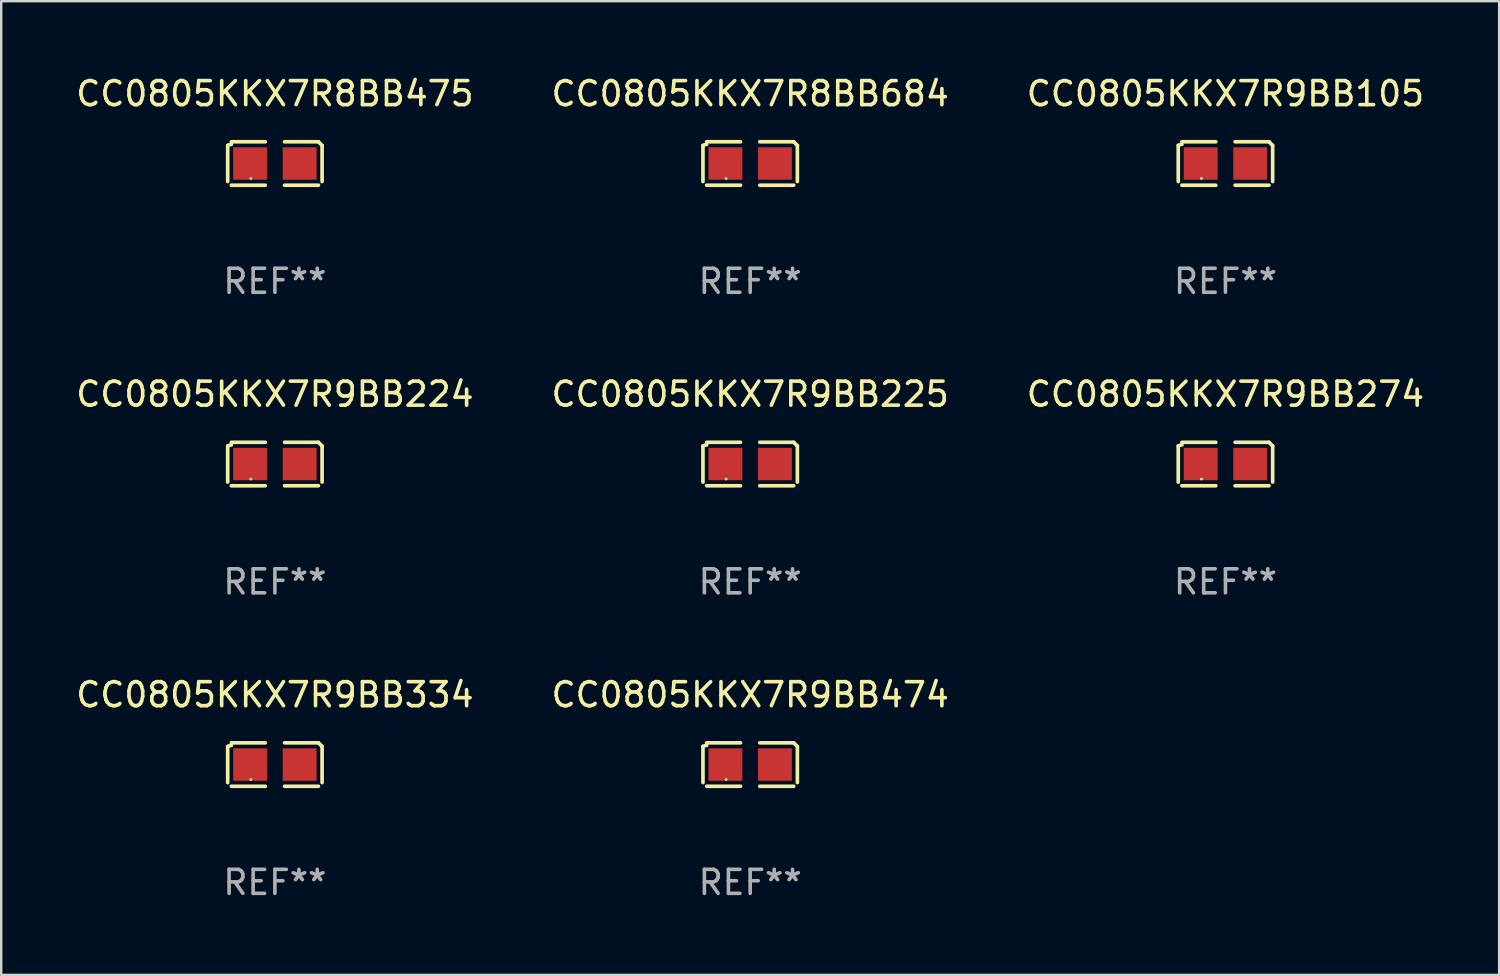
<source format=kicad_pcb>
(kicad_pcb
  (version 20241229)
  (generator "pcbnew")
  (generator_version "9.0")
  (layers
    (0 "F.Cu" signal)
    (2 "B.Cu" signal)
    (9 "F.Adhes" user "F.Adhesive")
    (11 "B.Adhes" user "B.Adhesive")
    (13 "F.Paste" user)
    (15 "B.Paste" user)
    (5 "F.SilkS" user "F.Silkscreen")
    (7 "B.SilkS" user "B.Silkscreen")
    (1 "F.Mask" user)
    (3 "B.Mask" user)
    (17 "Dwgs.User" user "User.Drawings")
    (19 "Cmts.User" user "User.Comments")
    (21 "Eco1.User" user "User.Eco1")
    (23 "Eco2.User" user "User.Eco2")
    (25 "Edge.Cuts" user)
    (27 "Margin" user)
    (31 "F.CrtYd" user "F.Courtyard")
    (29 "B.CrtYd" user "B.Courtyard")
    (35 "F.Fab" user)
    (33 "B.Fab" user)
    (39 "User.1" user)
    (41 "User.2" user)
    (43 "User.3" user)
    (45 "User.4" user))
  (footprint "CC0805KKX7R9BB105"
    (layer "F.Cu")
    (at 47.935 3.752)
    (property "Reference" "CC0805KKX7R9BB105" (at 0 -2.904 0) (layer "F.SilkS") (effects (font (size 1 1) (thickness 0.15))))
    (attr through_hole)
    (fp_line (start -1.964 0.751) (end -1.964 -0.751) (stroke (width 0.152) (type solid)) (layer "F.SilkS"))
    (fp_line (start -1.811 -0.904) (end -0.401 -0.904) (stroke (width 0.152) (type solid)) (layer "F.SilkS"))
    (fp_line (start -0.401 0.904) (end -1.811 0.904) (stroke (width 0.152) (type solid)) (layer "F.SilkS"))
    (fp_line (start 0.401 0.904) (end 1.811 0.904) (stroke (width 0.152) (type solid)) (layer "F.SilkS"))
    (fp_line (start 1.811 -0.904) (end 0.401 -0.904) (stroke (width 0.152) (type solid)) (layer "F.SilkS"))
    (fp_line (start 1.964 0.751) (end 1.964 -0.751) (stroke (width 0.152) (type solid)) (layer "F.SilkS"))
    (fp_arc (start -1.963602 -0.751207) (mid -1.890354 -0.783131) (end -1.811201 -0.794044) (stroke (width 0.1524) (type solid)) (layer "F.SilkS"))
    (fp_arc (start 1.811202 -0.903607) (mid 1.887413 -0.827418) (end 1.963602 -0.751207) (stroke (width 0.1524) (type solid)) (layer "F.SilkS"))
    (fp_circle (center -1 0.625) (end -0.97 0.625) (stroke (width 0.06) (type solid)) (fill no) (layer "F.SilkS"))
    (fp_text user "REF**" (at 0 4.904 0) (layer "F.Fab") (effects (font (size 1 1) (thickness 0.15))))
    (pad "1" smd rect (at -1.03 0) (size 1.41 1.35) (layers "F.Cu" "F.Mask" "F.Paste"))
    (pad "2" smd rect (at 1.03 0) (size 1.41 1.35) (layers "F.Cu" "F.Mask" "F.Paste")))
  (footprint "CC0805KKX7R9BB334"
    (layer "F.Cu")
    (at 8.387 28.759)
    (property "Reference" "CC0805KKX7R9BB334" (at 0 -2.904 0) (layer "F.SilkS") (effects (font (size 1 1) (thickness 0.15))))
    (attr through_hole)
    (fp_line (start -1.964 0.751) (end -1.964 -0.751) (stroke (width 0.152) (type solid)) (layer "F.SilkS"))
    (fp_line (start -1.811 -0.904) (end -0.401 -0.904) (stroke (width 0.152) (type solid)) (layer "F.SilkS"))
    (fp_line (start -0.401 0.904) (end -1.811 0.904) (stroke (width 0.152) (type solid)) (layer "F.SilkS"))
    (fp_line (start 0.401 0.904) (end 1.811 0.904) (stroke (width 0.152) (type solid)) (layer "F.SilkS"))
    (fp_line (start 1.811 -0.904) (end 0.401 -0.904) (stroke (width 0.152) (type solid)) (layer "F.SilkS"))
    (fp_line (start 1.964 0.751) (end 1.964 -0.751) (stroke (width 0.152) (type solid)) (layer "F.SilkS"))
    (fp_arc (start -1.963602 -0.751207) (mid -1.890354 -0.783131) (end -1.811201 -0.794044) (stroke (width 0.1524) (type solid)) (layer "F.SilkS"))
    (fp_arc (start 1.811202 -0.903607) (mid 1.887413 -0.827418) (end 1.963602 -0.751207) (stroke (width 0.1524) (type solid)) (layer "F.SilkS"))
    (fp_circle (center -1 0.625) (end -0.97 0.625) (stroke (width 0.06) (type solid)) (fill no) (layer "F.SilkS"))
    (fp_text user "REF**" (at 0 4.904 0) (layer "F.Fab") (effects (font (size 1 1) (thickness 0.15))))
    (pad "1" smd rect (at -1.03 0) (size 1.41 1.35) (layers "F.Cu" "F.Mask" "F.Paste"))
    (pad "2" smd rect (at 1.03 0) (size 1.41 1.35) (layers "F.Cu" "F.Mask" "F.Paste")))
  (footprint "CC0805KKX7R8BB684"
    (layer "F.Cu")
    (at 28.161 3.752)
    (property "Reference" "CC0805KKX7R8BB684" (at 0 -2.904 0) (layer "F.SilkS") (effects (font (size 1 1) (thickness 0.15))))
    (attr through_hole)
    (fp_line (start -1.964 0.751) (end -1.964 -0.751) (stroke (width 0.152) (type solid)) (layer "F.SilkS"))
    (fp_line (start -1.811 -0.904) (end -0.401 -0.904) (stroke (width 0.152) (type solid)) (layer "F.SilkS"))
    (fp_line (start -0.401 0.904) (end -1.811 0.904) (stroke (width 0.152) (type solid)) (layer "F.SilkS"))
    (fp_line (start 0.401 0.904) (end 1.811 0.904) (stroke (width 0.152) (type solid)) (layer "F.SilkS"))
    (fp_line (start 1.811 -0.904) (end 0.401 -0.904) (stroke (width 0.152) (type solid)) (layer "F.SilkS"))
    (fp_line (start 1.964 0.751) (end 1.964 -0.751) (stroke (width 0.152) (type solid)) (layer "F.SilkS"))
    (fp_arc (start -1.963602 -0.751207) (mid -1.890354 -0.783131) (end -1.811201 -0.794044) (stroke (width 0.1524) (type solid)) (layer "F.SilkS"))
    (fp_arc (start 1.811202 -0.903607) (mid 1.887413 -0.827418) (end 1.963602 -0.751207) (stroke (width 0.1524) (type solid)) (layer "F.SilkS"))
    (fp_circle (center -1 0.625) (end -0.97 0.625) (stroke (width 0.06) (type solid)) (fill no) (layer "F.SilkS"))
    (fp_text user "REF**" (at 0 4.904 0) (layer "F.Fab") (effects (font (size 1 1) (thickness 0.15))))
    (pad "1" smd rect (at -1.03 0) (size 1.41 1.35) (layers "F.Cu" "F.Mask" "F.Paste"))
    (pad "2" smd rect (at 1.03 0) (size 1.41 1.35) (layers "F.Cu" "F.Mask" "F.Paste")))
  (footprint "CC0805KKX7R9BB224"
    (layer "F.Cu")
    (at 8.387 16.256)
    (property "Reference" "CC0805KKX7R9BB224" (at 0 -2.904 0) (layer "F.SilkS") (effects (font (size 1 1) (thickness 0.15))))
    (attr through_hole)
    (fp_line (start -1.964 0.751) (end -1.964 -0.751) (stroke (width 0.152) (type solid)) (layer "F.SilkS"))
    (fp_line (start -1.811 -0.904) (end -0.401 -0.904) (stroke (width 0.152) (type solid)) (layer "F.SilkS"))
    (fp_line (start -0.401 0.904) (end -1.811 0.904) (stroke (width 0.152) (type solid)) (layer "F.SilkS"))
    (fp_line (start 0.401 0.904) (end 1.811 0.904) (stroke (width 0.152) (type solid)) (layer "F.SilkS"))
    (fp_line (start 1.811 -0.904) (end 0.401 -0.904) (stroke (width 0.152) (type solid)) (layer "F.SilkS"))
    (fp_line (start 1.964 0.751) (end 1.964 -0.751) (stroke (width 0.152) (type solid)) (layer "F.SilkS"))
    (fp_arc (start -1.963602 -0.751207) (mid -1.890354 -0.783131) (end -1.811201 -0.794044) (stroke (width 0.1524) (type solid)) (layer "F.SilkS"))
    (fp_arc (start 1.811202 -0.903607) (mid 1.887413 -0.827418) (end 1.963602 -0.751207) (stroke (width 0.1524) (type solid)) (layer "F.SilkS"))
    (fp_circle (center -1 0.625) (end -0.97 0.625) (stroke (width 0.06) (type solid)) (fill no) (layer "F.SilkS"))
    (fp_text user "REF**" (at 0 4.904 0) (layer "F.Fab") (effects (font (size 1 1) (thickness 0.15))))
    (pad "1" smd rect (at -1.03 0) (size 1.41 1.35) (layers "F.Cu" "F.Mask" "F.Paste"))
    (pad "2" smd rect (at 1.03 0) (size 1.41 1.35) (layers "F.Cu" "F.Mask" "F.Paste")))
  (footprint "CC0805KKX7R9BB274"
    (layer "F.Cu")
    (at 47.935 16.256)
    (property "Reference" "CC0805KKX7R9BB274" (at 0 -2.904 0) (layer "F.SilkS") (effects (font (size 1 1) (thickness 0.15))))
    (attr through_hole)
    (fp_line (start -1.964 0.751) (end -1.964 -0.751) (stroke (width 0.152) (type solid)) (layer "F.SilkS"))
    (fp_line (start -1.811 -0.904) (end -0.401 -0.904) (stroke (width 0.152) (type solid)) (layer "F.SilkS"))
    (fp_line (start -0.401 0.904) (end -1.811 0.904) (stroke (width 0.152) (type solid)) (layer "F.SilkS"))
    (fp_line (start 0.401 0.904) (end 1.811 0.904) (stroke (width 0.152) (type solid)) (layer "F.SilkS"))
    (fp_line (start 1.811 -0.904) (end 0.401 -0.904) (stroke (width 0.152) (type solid)) (layer "F.SilkS"))
    (fp_line (start 1.964 0.751) (end 1.964 -0.751) (stroke (width 0.152) (type solid)) (layer "F.SilkS"))
    (fp_arc (start -1.963602 -0.751207) (mid -1.890354 -0.783131) (end -1.811201 -0.794044) (stroke (width 0.1524) (type solid)) (layer "F.SilkS"))
    (fp_arc (start 1.811202 -0.903607) (mid 1.887413 -0.827418) (end 1.963602 -0.751207) (stroke (width 0.1524) (type solid)) (layer "F.SilkS"))
    (fp_circle (center -1 0.625) (end -0.97 0.625) (stroke (width 0.06) (type solid)) (fill no) (layer "F.SilkS"))
    (fp_text user "REF**" (at 0 4.904 0) (layer "F.Fab") (effects (font (size 1 1) (thickness 0.15))))
    (pad "1" smd rect (at -1.03 0) (size 1.41 1.35) (layers "F.Cu" "F.Mask" "F.Paste"))
    (pad "2" smd rect (at 1.03 0) (size 1.41 1.35) (layers "F.Cu" "F.Mask" "F.Paste")))
  (footprint "CC0805KKX7R8BB475"
    (layer "F.Cu")
    (at 8.387 3.752)
    (property "Reference" "CC0805KKX7R8BB475" (at 0 -2.904 0) (layer "F.SilkS") (effects (font (size 1 1) (thickness 0.15))))
    (attr through_hole)
    (fp_line (start -1.964 0.751) (end -1.964 -0.751) (stroke (width 0.152) (type solid)) (layer "F.SilkS"))
    (fp_line (start -1.811 -0.904) (end -0.401 -0.904) (stroke (width 0.152) (type solid)) (layer "F.SilkS"))
    (fp_line (start -0.401 0.904) (end -1.811 0.904) (stroke (width 0.152) (type solid)) (layer "F.SilkS"))
    (fp_line (start 0.401 0.904) (end 1.811 0.904) (stroke (width 0.152) (type solid)) (layer "F.SilkS"))
    (fp_line (start 1.811 -0.904) (end 0.401 -0.904) (stroke (width 0.152) (type solid)) (layer "F.SilkS"))
    (fp_line (start 1.964 0.751) (end 1.964 -0.751) (stroke (width 0.152) (type solid)) (layer "F.SilkS"))
    (fp_arc (start -1.963602 -0.751207) (mid -1.890354 -0.783131) (end -1.811201 -0.794044) (stroke (width 0.1524) (type solid)) (layer "F.SilkS"))
    (fp_arc (start 1.811202 -0.903607) (mid 1.887413 -0.827418) (end 1.963602 -0.751207) (stroke (width 0.1524) (type solid)) (layer "F.SilkS"))
    (fp_circle (center -1 0.625) (end -0.97 0.625) (stroke (width 0.06) (type solid)) (fill no) (layer "F.SilkS"))
    (fp_text user "REF**" (at 0 4.904 0) (layer "F.Fab") (effects (font (size 1 1) (thickness 0.15))))
    (pad "1" smd rect (at -1.03 0) (size 1.41 1.35) (layers "F.Cu" "F.Mask" "F.Paste"))
    (pad "2" smd rect (at 1.03 0) (size 1.41 1.35) (layers "F.Cu" "F.Mask" "F.Paste")))
  (footprint "CC0805KKX7R9BB225"
    (layer "F.Cu")
    (at 28.161 16.256)
    (property "Reference" "CC0805KKX7R9BB225" (at 0 -2.904 0) (layer "F.SilkS") (effects (font (size 1 1) (thickness 0.15))))
    (attr through_hole)
    (fp_line (start -1.964 0.751) (end -1.964 -0.751) (stroke (width 0.152) (type solid)) (layer "F.SilkS"))
    (fp_line (start -1.811 -0.904) (end -0.401 -0.904) (stroke (width 0.152) (type solid)) (layer "F.SilkS"))
    (fp_line (start -0.401 0.904) (end -1.811 0.904) (stroke (width 0.152) (type solid)) (layer "F.SilkS"))
    (fp_line (start 0.401 0.904) (end 1.811 0.904) (stroke (width 0.152) (type solid)) (layer "F.SilkS"))
    (fp_line (start 1.811 -0.904) (end 0.401 -0.904) (stroke (width 0.152) (type solid)) (layer "F.SilkS"))
    (fp_line (start 1.964 0.751) (end 1.964 -0.751) (stroke (width 0.152) (type solid)) (layer "F.SilkS"))
    (fp_arc (start -1.963602 -0.751207) (mid -1.890354 -0.783131) (end -1.811201 -0.794044) (stroke (width 0.1524) (type solid)) (layer "F.SilkS"))
    (fp_arc (start 1.811202 -0.903607) (mid 1.887413 -0.827418) (end 1.963602 -0.751207) (stroke (width 0.1524) (type solid)) (layer "F.SilkS"))
    (fp_circle (center -1 0.625) (end -0.97 0.625) (stroke (width 0.06) (type solid)) (fill no) (layer "F.SilkS"))
    (fp_text user "REF**" (at 0 4.904 0) (layer "F.Fab") (effects (font (size 1 1) (thickness 0.15))))
    (pad "1" smd rect (at -1.03 0) (size 1.41 1.35) (layers "F.Cu" "F.Mask" "F.Paste"))
    (pad "2" smd rect (at 1.03 0) (size 1.41 1.35) (layers "F.Cu" "F.Mask" "F.Paste")))
  (footprint "CC0805KKX7R9BB474"
    (layer "F.Cu")
    (at 28.161 28.759)
    (property "Reference" "CC0805KKX7R9BB474" (at 0 -2.904 0) (layer "F.SilkS") (effects (font (size 1 1) (thickness 0.15))))
    (attr through_hole)
    (fp_line (start -1.964 0.751) (end -1.964 -0.751) (stroke (width 0.152) (type solid)) (layer "F.SilkS"))
    (fp_line (start -1.811 -0.904) (end -0.401 -0.904) (stroke (width 0.152) (type solid)) (layer "F.SilkS"))
    (fp_line (start -0.401 0.904) (end -1.811 0.904) (stroke (width 0.152) (type solid)) (layer "F.SilkS"))
    (fp_line (start 0.401 0.904) (end 1.811 0.904) (stroke (width 0.152) (type solid)) (layer "F.SilkS"))
    (fp_line (start 1.811 -0.904) (end 0.401 -0.904) (stroke (width 0.152) (type solid)) (layer "F.SilkS"))
    (fp_line (start 1.964 0.751) (end 1.964 -0.751) (stroke (width 0.152) (type solid)) (layer "F.SilkS"))
    (fp_arc (start -1.963602 -0.751207) (mid -1.890354 -0.783131) (end -1.811201 -0.794044) (stroke (width 0.1524) (type solid)) (layer "F.SilkS"))
    (fp_arc (start 1.811202 -0.903607) (mid 1.887413 -0.827418) (end 1.963602 -0.751207) (stroke (width 0.1524) (type solid)) (layer "F.SilkS"))
    (fp_circle (center -1 0.625) (end -0.97 0.625) (stroke (width 0.06) (type solid)) (fill no) (layer "F.SilkS"))
    (fp_text user "REF**" (at 0 4.904 0) (layer "F.Fab") (effects (font (size 1 1) (thickness 0.15))))
    (pad "1" smd rect (at -1.03 0) (size 1.41 1.35) (layers "F.Cu" "F.Mask" "F.Paste"))
    (pad "2" smd rect (at 1.03 0) (size 1.41 1.35) (layers "F.Cu" "F.Mask" "F.Paste")))
  (gr_rect
    (start -3 -3)
    (end 59.321 37.511)
    (stroke (width 0.1) (type default))
    (fill no)
    (layer "Edge.Cuts")))
</source>
